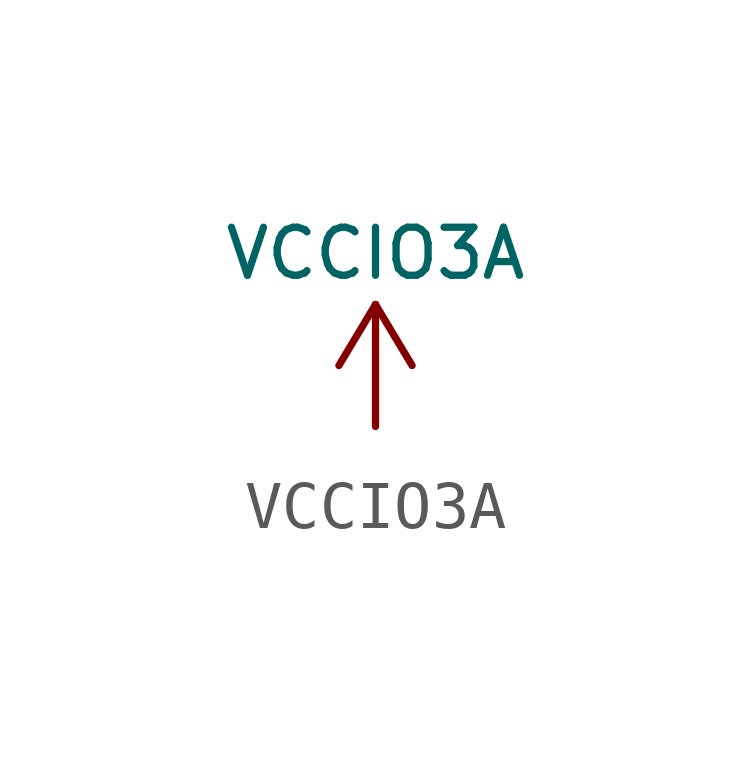
<source format=kicad_sym>
(kicad_symbol_lib
  (version 20241209)
  (generator "kicad_symbol_editor")
  (generator_version "9.0")
  (symbol "VCCIO3A"
    (power)
    (pin_names
      (offset 0))
    (property "Reference" "#PWR?"
      (at 0 -3.81 0)
      (effects (font (size 1.27 1.27)) (hide yes)))
    (property "Value" "VCCIO3A"
      (at 0 3.605 0)
      (effects (font (size 1 1))))
    (symbol "VCCIO3A_0_1"
      (polyline (pts (xy -0.762 1.27) (xy 0 2.54)) (stroke (width 0) (type default)) (fill (type none)))
      (polyline (pts (xy 0 2.54) (xy 0.762 1.27)) (stroke (width 0) (type default)) (fill (type none)))
      (polyline (pts (xy 0 0) (xy 0 2.54)) (stroke (width 0) (type default)) (fill (type none))))
    (symbol "VCCIO3A_1_1"
      (pin power_in line (at 0 0 90) (length 0) (hide yes) (name "VCCIO3A" (effects (font (size 1.27 1.27)))) (number "1" (effects (font (size 1.27 1.27))))))))
</source>
